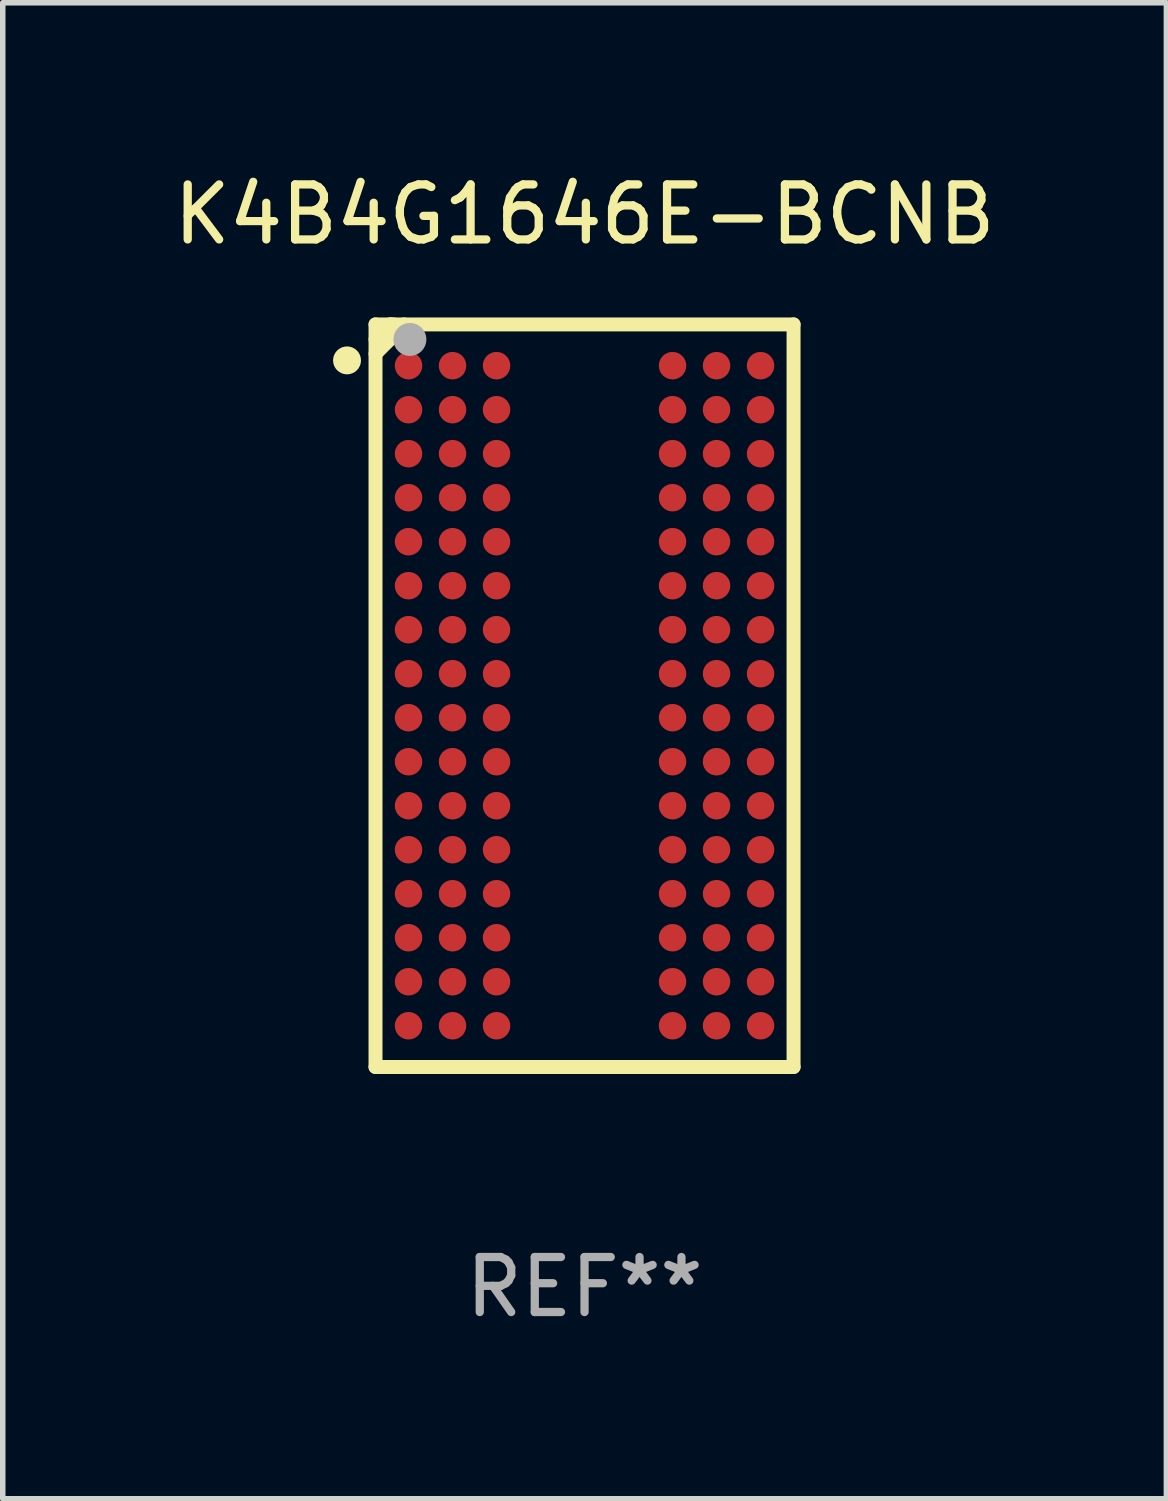
<source format=kicad_pcb>
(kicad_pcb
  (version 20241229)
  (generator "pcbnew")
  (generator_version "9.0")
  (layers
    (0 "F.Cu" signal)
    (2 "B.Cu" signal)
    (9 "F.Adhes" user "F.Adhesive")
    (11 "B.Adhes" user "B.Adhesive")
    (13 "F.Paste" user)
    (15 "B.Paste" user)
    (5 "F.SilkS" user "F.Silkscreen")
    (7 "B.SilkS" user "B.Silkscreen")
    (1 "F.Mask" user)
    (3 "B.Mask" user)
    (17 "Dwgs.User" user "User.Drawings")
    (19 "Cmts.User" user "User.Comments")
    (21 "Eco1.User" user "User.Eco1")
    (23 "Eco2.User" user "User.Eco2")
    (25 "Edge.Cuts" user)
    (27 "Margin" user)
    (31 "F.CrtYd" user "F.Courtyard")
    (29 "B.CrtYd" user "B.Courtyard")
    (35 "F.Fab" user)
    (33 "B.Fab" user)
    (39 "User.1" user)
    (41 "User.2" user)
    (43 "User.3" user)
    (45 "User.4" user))
  (footprint "K4B4G1646E-BCNB"
    (layer "F.Cu")
    (at 7.577 9.598)
    (property "Reference" "K4B4G1646E-BCNB" (at 0 -8.75 0) (layer "F.SilkS") (effects (font (size 1 1) (thickness 0.15))))
    (attr through_hole)
    (fp_line (start -3.8 -6.75) (end -3.8 6.75) (stroke (width 0.254) (type solid)) (layer "F.SilkS"))
    (fp_line (start -3.8 -6.75) (end 3.8 -6.75) (stroke (width 0.254) (type solid)) (layer "F.SilkS"))
    (fp_line (start -3.8 6.75) (end 3.8 6.75) (stroke (width 0.254) (type solid)) (layer "F.SilkS"))
    (fp_line (start -3.53 -6.75) (end -3.8 -6.48) (stroke (width 0.254) (type solid)) (layer "F.SilkS"))
    (fp_line (start -3.471 -6.75) (end -3.53 -6.75) (stroke (width 0.254) (type solid)) (layer "F.SilkS"))
    (fp_line (start -3.283 -6.75) (end -3.283 -6.734) (stroke (width 0.254) (type solid)) (layer "F.SilkS"))
    (fp_line (start -3.283 -6.734) (end -3.8 -6.217) (stroke (width 0.254) (type solid)) (layer "F.SilkS"))
    (fp_line (start 3.8 -6.75) (end 3.8 6.75) (stroke (width 0.254) (type solid)) (layer "F.SilkS"))
    (fp_circle (center -4.318 -6.096) (end -4.191 -6.096) (stroke (width 0.254) (type solid)) (fill no) (layer "F.SilkS"))
    (fp_circle (center -3.75 -6.75) (end -3.72 -6.75) (stroke (width 0.06) (type solid)) (fill no) (layer "F.SilkS"))
    (fp_circle (center -3.175 -6.477) (end -3.025 -6.477) (stroke (width 0.3) (type solid)) (fill no) (layer "F.Fab"))
    (fp_text user "REF**" (at 0 10.75 0) (layer "F.Fab") (effects (font (size 1 1) (thickness 0.15))))
    (pad "A1" smd circle (at -3.2 -6) (size 0.5 0.5) (layers "F.Cu" "F.Mask" "F.Paste"))
    (pad "A2" smd circle (at -2.4 -6) (size 0.5 0.5) (layers "F.Cu" "F.Mask" "F.Paste"))
    (pad "A3" smd circle (at -1.6 -6) (size 0.5 0.5) (layers "F.Cu" "F.Mask" "F.Paste"))
    (pad "A7" smd circle (at 1.6 -6) (size 0.5 0.5) (layers "F.Cu" "F.Mask" "F.Paste"))
    (pad "A8" smd circle (at 2.4 -6) (size 0.5 0.5) (layers "F.Cu" "F.Mask" "F.Paste"))
    (pad "A9" smd circle (at 3.2 -6) (size 0.5 0.5) (layers "F.Cu" "F.Mask" "F.Paste"))
    (pad "B1" smd circle (at -3.2 -5.2) (size 0.5 0.5) (layers "F.Cu" "F.Mask" "F.Paste"))
    (pad "B2" smd circle (at -2.4 -5.2) (size 0.5 0.5) (layers "F.Cu" "F.Mask" "F.Paste"))
    (pad "B3" smd circle (at -1.6 -5.2) (size 0.5 0.5) (layers "F.Cu" "F.Mask" "F.Paste"))
    (pad "B7" smd circle (at 1.6 -5.2) (size 0.5 0.5) (layers "F.Cu" "F.Mask" "F.Paste"))
    (pad "B8" smd circle (at 2.4 -5.2) (size 0.5 0.5) (layers "F.Cu" "F.Mask" "F.Paste"))
    (pad "B9" smd circle (at 3.2 -5.2) (size 0.5 0.5) (layers "F.Cu" "F.Mask" "F.Paste"))
    (pad "C1" smd circle (at -3.2 -4.4) (size 0.5 0.5) (layers "F.Cu" "F.Mask" "F.Paste"))
    (pad "C2" smd circle (at -2.4 -4.4) (size 0.5 0.5) (layers "F.Cu" "F.Mask" "F.Paste"))
    (pad "C3" smd circle (at -1.6 -4.4) (size 0.5 0.5) (layers "F.Cu" "F.Mask" "F.Paste"))
    (pad "C7" smd circle (at 1.6 -4.4) (size 0.5 0.5) (layers "F.Cu" "F.Mask" "F.Paste"))
    (pad "C8" smd circle (at 2.4 -4.4) (size 0.5 0.5) (layers "F.Cu" "F.Mask" "F.Paste"))
    (pad "C9" smd circle (at 3.2 -4.4) (size 0.5 0.5) (layers "F.Cu" "F.Mask" "F.Paste"))
    (pad "D1" smd circle (at -3.2 -3.6) (size 0.5 0.5) (layers "F.Cu" "F.Mask" "F.Paste"))
    (pad "D2" smd circle (at -2.4 -3.6) (size 0.5 0.5) (layers "F.Cu" "F.Mask" "F.Paste"))
    (pad "D3" smd circle (at -1.6 -3.6) (size 0.5 0.5) (layers "F.Cu" "F.Mask" "F.Paste"))
    (pad "D7" smd circle (at 1.6 -3.6) (size 0.5 0.5) (layers "F.Cu" "F.Mask" "F.Paste"))
    (pad "D8" smd circle (at 2.4 -3.6) (size 0.5 0.5) (layers "F.Cu" "F.Mask" "F.Paste"))
    (pad "D9" smd circle (at 3.2 -3.6) (size 0.5 0.5) (layers "F.Cu" "F.Mask" "F.Paste"))
    (pad "E1" smd circle (at -3.2 -2.8) (size 0.5 0.5) (layers "F.Cu" "F.Mask" "F.Paste"))
    (pad "E2" smd circle (at -2.4 -2.8) (size 0.5 0.5) (layers "F.Cu" "F.Mask" "F.Paste"))
    (pad "E3" smd circle (at -1.6 -2.8) (size 0.5 0.5) (layers "F.Cu" "F.Mask" "F.Paste"))
    (pad "E7" smd circle (at 1.6 -2.8) (size 0.5 0.5) (layers "F.Cu" "F.Mask" "F.Paste"))
    (pad "E8" smd circle (at 2.4 -2.8) (size 0.5 0.5) (layers "F.Cu" "F.Mask" "F.Paste"))
    (pad "E9" smd circle (at 3.2 -2.8) (size 0.5 0.5) (layers "F.Cu" "F.Mask" "F.Paste"))
    (pad "F1" smd circle (at -3.2 -2) (size 0.5 0.5) (layers "F.Cu" "F.Mask" "F.Paste"))
    (pad "F2" smd circle (at -2.4 -2) (size 0.5 0.5) (layers "F.Cu" "F.Mask" "F.Paste"))
    (pad "F3" smd circle (at -1.6 -2) (size 0.5 0.5) (layers "F.Cu" "F.Mask" "F.Paste"))
    (pad "F7" smd circle (at 1.6 -2) (size 0.5 0.5) (layers "F.Cu" "F.Mask" "F.Paste"))
    (pad "F8" smd circle (at 2.4 -2) (size 0.5 0.5) (layers "F.Cu" "F.Mask" "F.Paste"))
    (pad "F9" smd circle (at 3.2 -2) (size 0.5 0.5) (layers "F.Cu" "F.Mask" "F.Paste"))
    (pad "G1" smd circle (at -3.2 -1.2) (size 0.5 0.5) (layers "F.Cu" "F.Mask" "F.Paste"))
    (pad "G2" smd circle (at -2.4 -1.2) (size 0.5 0.5) (layers "F.Cu" "F.Mask" "F.Paste"))
    (pad "G3" smd circle (at -1.6 -1.2) (size 0.5 0.5) (layers "F.Cu" "F.Mask" "F.Paste"))
    (pad "G7" smd circle (at 1.6 -1.2) (size 0.5 0.5) (layers "F.Cu" "F.Mask" "F.Paste"))
    (pad "G8" smd circle (at 2.4 -1.2) (size 0.5 0.5) (layers "F.Cu" "F.Mask" "F.Paste"))
    (pad "G9" smd circle (at 3.2 -1.2) (size 0.5 0.5) (layers "F.Cu" "F.Mask" "F.Paste"))
    (pad "H1" smd circle (at -3.2 -0.4) (size 0.5 0.5) (layers "F.Cu" "F.Mask" "F.Paste"))
    (pad "H2" smd circle (at -2.4 -0.4) (size 0.5 0.5) (layers "F.Cu" "F.Mask" "F.Paste"))
    (pad "H3" smd circle (at -1.6 -0.4) (size 0.5 0.5) (layers "F.Cu" "F.Mask" "F.Paste"))
    (pad "H7" smd circle (at 1.6 -0.4) (size 0.5 0.5) (layers "F.Cu" "F.Mask" "F.Paste"))
    (pad "H8" smd circle (at 2.4 -0.4) (size 0.5 0.5) (layers "F.Cu" "F.Mask" "F.Paste"))
    (pad "H9" smd circle (at 3.2 -0.4) (size 0.5 0.5) (layers "F.Cu" "F.Mask" "F.Paste"))
    (pad "J1" smd circle (at -3.2 0.4) (size 0.5 0.5) (layers "F.Cu" "F.Mask" "F.Paste"))
    (pad "J2" smd circle (at -2.4 0.4) (size 0.5 0.5) (layers "F.Cu" "F.Mask" "F.Paste"))
    (pad "J3" smd circle (at -1.6 0.4) (size 0.5 0.5) (layers "F.Cu" "F.Mask" "F.Paste"))
    (pad "J7" smd circle (at 1.6 0.4) (size 0.5 0.5) (layers "F.Cu" "F.Mask" "F.Paste"))
    (pad "J8" smd circle (at 2.4 0.4) (size 0.5 0.5) (layers "F.Cu" "F.Mask" "F.Paste"))
    (pad "J9" smd circle (at 3.2 0.4) (size 0.5 0.5) (layers "F.Cu" "F.Mask" "F.Paste"))
    (pad "K1" smd circle (at -3.2 1.2) (size 0.5 0.5) (layers "F.Cu" "F.Mask" "F.Paste"))
    (pad "K2" smd circle (at -2.4 1.2) (size 0.5 0.5) (layers "F.Cu" "F.Mask" "F.Paste"))
    (pad "K3" smd circle (at -1.6 1.2) (size 0.5 0.5) (layers "F.Cu" "F.Mask" "F.Paste"))
    (pad "K7" smd circle (at 1.6 1.2) (size 0.5 0.5) (layers "F.Cu" "F.Mask" "F.Paste"))
    (pad "K8" smd circle (at 2.4 1.2) (size 0.5 0.5) (layers "F.Cu" "F.Mask" "F.Paste"))
    (pad "K9" smd circle (at 3.2 1.2) (size 0.5 0.5) (layers "F.Cu" "F.Mask" "F.Paste"))
    (pad "L1" smd circle (at -3.2 2) (size 0.5 0.5) (layers "F.Cu" "F.Mask" "F.Paste"))
    (pad "L2" smd circle (at -2.4 2) (size 0.5 0.5) (layers "F.Cu" "F.Mask" "F.Paste"))
    (pad "L3" smd circle (at -1.6 2) (size 0.5 0.5) (layers "F.Cu" "F.Mask" "F.Paste"))
    (pad "L7" smd circle (at 1.6 2) (size 0.5 0.5) (layers "F.Cu" "F.Mask" "F.Paste"))
    (pad "L8" smd circle (at 2.4 2) (size 0.5 0.5) (layers "F.Cu" "F.Mask" "F.Paste"))
    (pad "L9" smd circle (at 3.2 2) (size 0.5 0.5) (layers "F.Cu" "F.Mask" "F.Paste"))
    (pad "M1" smd circle (at -3.2 2.8) (size 0.5 0.5) (layers "F.Cu" "F.Mask" "F.Paste"))
    (pad "M2" smd circle (at -2.4 2.8) (size 0.5 0.5) (layers "F.Cu" "F.Mask" "F.Paste"))
    (pad "M3" smd circle (at -1.6 2.8) (size 0.5 0.5) (layers "F.Cu" "F.Mask" "F.Paste"))
    (pad "M7" smd circle (at 1.6 2.8) (size 0.5 0.5) (layers "F.Cu" "F.Mask" "F.Paste"))
    (pad "M8" smd circle (at 2.4 2.8) (size 0.5 0.5) (layers "F.Cu" "F.Mask" "F.Paste"))
    (pad "M9" smd circle (at 3.2 2.8) (size 0.5 0.5) (layers "F.Cu" "F.Mask" "F.Paste"))
    (pad "N1" smd circle (at -3.2 3.6) (size 0.5 0.5) (layers "F.Cu" "F.Mask" "F.Paste"))
    (pad "N2" smd circle (at -2.4 3.6) (size 0.5 0.5) (layers "F.Cu" "F.Mask" "F.Paste"))
    (pad "N3" smd circle (at -1.6 3.6) (size 0.5 0.5) (layers "F.Cu" "F.Mask" "F.Paste"))
    (pad "N7" smd circle (at 1.6 3.6) (size 0.5 0.5) (layers "F.Cu" "F.Mask" "F.Paste"))
    (pad "N8" smd circle (at 2.4 3.6) (size 0.5 0.5) (layers "F.Cu" "F.Mask" "F.Paste"))
    (pad "N9" smd circle (at 3.2 3.6) (size 0.5 0.5) (layers "F.Cu" "F.Mask" "F.Paste"))
    (pad "P1" smd circle (at -3.2 4.4) (size 0.5 0.5) (layers "F.Cu" "F.Mask" "F.Paste"))
    (pad "P2" smd circle (at -2.4 4.4) (size 0.5 0.5) (layers "F.Cu" "F.Mask" "F.Paste"))
    (pad "P3" smd circle (at -1.6 4.4) (size 0.5 0.5) (layers "F.Cu" "F.Mask" "F.Paste"))
    (pad "P7" smd circle (at 1.6 4.4) (size 0.5 0.5) (layers "F.Cu" "F.Mask" "F.Paste"))
    (pad "P8" smd circle (at 2.4 4.4) (size 0.5 0.5) (layers "F.Cu" "F.Mask" "F.Paste"))
    (pad "P9" smd circle (at 3.2 4.4) (size 0.5 0.5) (layers "F.Cu" "F.Mask" "F.Paste"))
    (pad "R1" smd circle (at -3.2 5.2) (size 0.5 0.5) (layers "F.Cu" "F.Mask" "F.Paste"))
    (pad "R2" smd circle (at -2.4 5.2) (size 0.5 0.5) (layers "F.Cu" "F.Mask" "F.Paste"))
    (pad "R3" smd circle (at -1.6 5.2) (size 0.5 0.5) (layers "F.Cu" "F.Mask" "F.Paste"))
    (pad "R7" smd circle (at 1.6 5.2) (size 0.5 0.5) (layers "F.Cu" "F.Mask" "F.Paste"))
    (pad "R8" smd circle (at 2.4 5.2) (size 0.5 0.5) (layers "F.Cu" "F.Mask" "F.Paste"))
    (pad "R9" smd circle (at 3.2 5.2) (size 0.5 0.5) (layers "F.Cu" "F.Mask" "F.Paste"))
    (pad "T1" smd circle (at -3.2 6) (size 0.5 0.5) (layers "F.Cu" "F.Mask" "F.Paste"))
    (pad "T2" smd circle (at -2.4 6) (size 0.5 0.5) (layers "F.Cu" "F.Mask" "F.Paste"))
    (pad "T3" smd circle (at -1.6 6) (size 0.5 0.5) (layers "F.Cu" "F.Mask" "F.Paste"))
    (pad "T7" smd circle (at 1.6 6) (size 0.5 0.5) (layers "F.Cu" "F.Mask" "F.Paste"))
    (pad "T8" smd circle (at 2.4 6) (size 0.5 0.5) (layers "F.Cu" "F.Mask" "F.Paste"))
    (pad "T9" smd circle (at 3.2 6) (size 0.5 0.5) (layers "F.Cu" "F.Mask" "F.Paste")))
  (gr_rect
    (start -3 -3)
    (end 18.155 24.197)
    (stroke (width 0.1) (type default))
    (fill no)
    (layer "Edge.Cuts")))
</source>
